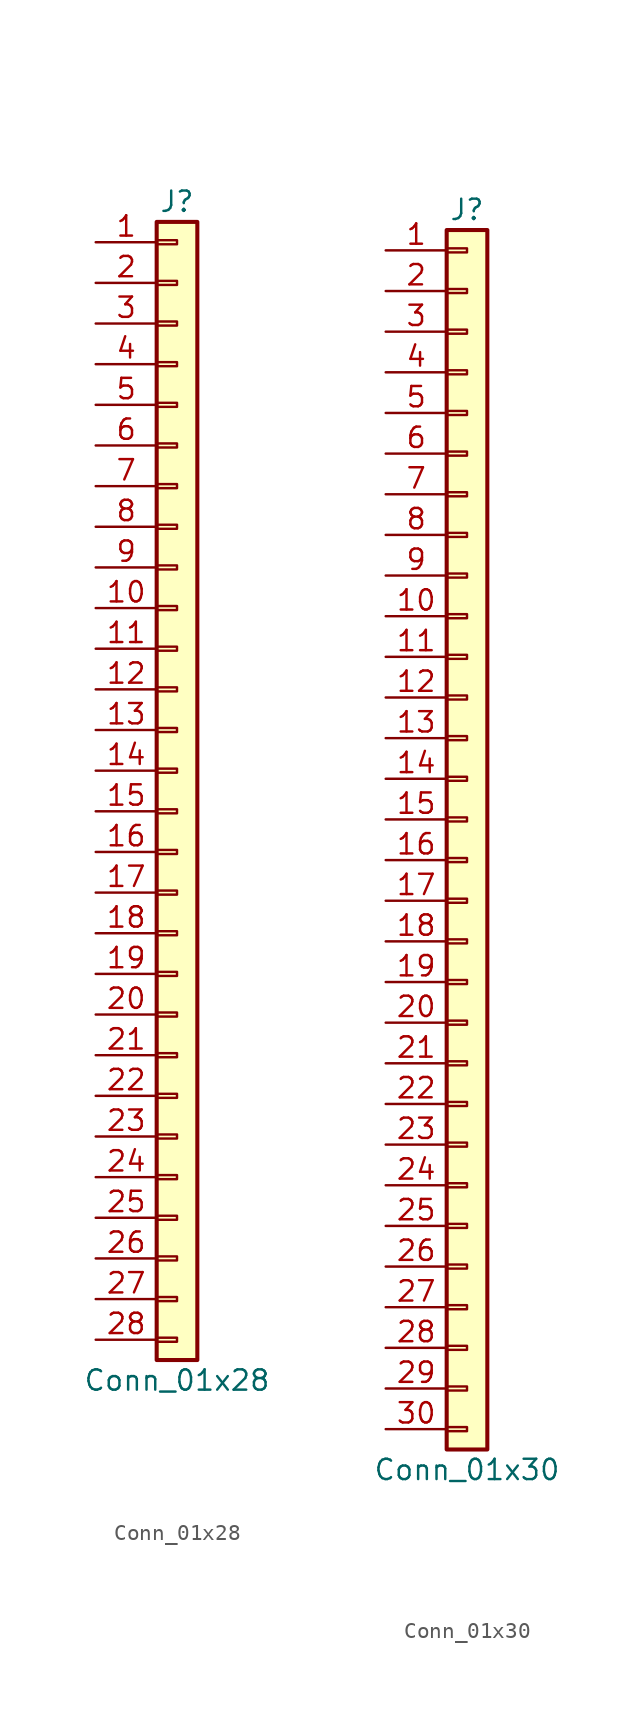
<source format=kicad_sym>
(kicad_symbol_lib
  (version 20211014)
  (generator kicad_symbol_editor)
  (symbol "Conn_01x28"
    (pin_names
      (offset 1.016) hide)
    (property "Reference" "J"
      (at 0 35.56 0)
      (effects (font (size 1.27 1.27))))
    (property "Value" "Conn_01x28"
      (at 0 -38.1 0)
      (effects (font (size 1.27 1.27))))
    (symbol "Conn_01x28_1_1"
      (rectangle (start -1.27 -35.433) (end 0 -35.687) (stroke (width 0.152) (type default) (color 0 0 0 0)) (fill (type none)))
      (rectangle (start -1.27 -32.893) (end 0 -33.147) (stroke (width 0.152) (type default) (color 0 0 0 0)) (fill (type none)))
      (rectangle (start -1.27 -30.353) (end 0 -30.607) (stroke (width 0.152) (type default) (color 0 0 0 0)) (fill (type none)))
      (rectangle (start -1.27 -27.813) (end 0 -28.067) (stroke (width 0.152) (type default) (color 0 0 0 0)) (fill (type none)))
      (rectangle (start -1.27 -25.273) (end 0 -25.527) (stroke (width 0.152) (type default) (color 0 0 0 0)) (fill (type none)))
      (rectangle (start -1.27 -22.733) (end 0 -22.987) (stroke (width 0.152) (type default) (color 0 0 0 0)) (fill (type none)))
      (rectangle (start -1.27 -20.193) (end 0 -20.447) (stroke (width 0.152) (type default) (color 0 0 0 0)) (fill (type none)))
      (rectangle (start -1.27 -17.653) (end 0 -17.907) (stroke (width 0.152) (type default) (color 0 0 0 0)) (fill (type none)))
      (rectangle (start -1.27 -15.113) (end 0 -15.367) (stroke (width 0.152) (type default) (color 0 0 0 0)) (fill (type none)))
      (rectangle (start -1.27 -12.573) (end 0 -12.827) (stroke (width 0.152) (type default) (color 0 0 0 0)) (fill (type none)))
      (rectangle (start -1.27 -10.033) (end 0 -10.287) (stroke (width 0.152) (type default) (color 0 0 0 0)) (fill (type none)))
      (rectangle (start -1.27 -7.493) (end 0 -7.747) (stroke (width 0.152) (type default) (color 0 0 0 0)) (fill (type none)))
      (rectangle (start -1.27 -4.953) (end 0 -5.207) (stroke (width 0.152) (type default) (color 0 0 0 0)) (fill (type none)))
      (rectangle (start -1.27 -2.413) (end 0 -2.667) (stroke (width 0.152) (type default) (color 0 0 0 0)) (fill (type none)))
      (rectangle (start -1.27 0.127) (end 0 -0.127) (stroke (width 0.152) (type default) (color 0 0 0 0)) (fill (type none)))
      (rectangle (start -1.27 2.667) (end 0 2.413) (stroke (width 0.152) (type default) (color 0 0 0 0)) (fill (type none)))
      (rectangle (start -1.27 5.207) (end 0 4.953) (stroke (width 0.152) (type default) (color 0 0 0 0)) (fill (type none)))
      (rectangle (start -1.27 7.747) (end 0 7.493) (stroke (width 0.152) (type default) (color 0 0 0 0)) (fill (type none)))
      (rectangle (start -1.27 10.287) (end 0 10.033) (stroke (width 0.152) (type default) (color 0 0 0 0)) (fill (type none)))
      (rectangle (start -1.27 12.827) (end 0 12.573) (stroke (width 0.152) (type default) (color 0 0 0 0)) (fill (type none)))
      (rectangle (start -1.27 15.367) (end 0 15.113) (stroke (width 0.152) (type default) (color 0 0 0 0)) (fill (type none)))
      (rectangle (start -1.27 17.907) (end 0 17.653) (stroke (width 0.152) (type default) (color 0 0 0 0)) (fill (type none)))
      (rectangle (start -1.27 20.447) (end 0 20.193) (stroke (width 0.152) (type default) (color 0 0 0 0)) (fill (type none)))
      (rectangle (start -1.27 22.987) (end 0 22.733) (stroke (width 0.152) (type default) (color 0 0 0 0)) (fill (type none)))
      (rectangle (start -1.27 25.527) (end 0 25.273) (stroke (width 0.152) (type default) (color 0 0 0 0)) (fill (type none)))
      (rectangle (start -1.27 28.067) (end 0 27.813) (stroke (width 0.152) (type default) (color 0 0 0 0)) (fill (type none)))
      (rectangle (start -1.27 30.607) (end 0 30.353) (stroke (width 0.152) (type default) (color 0 0 0 0)) (fill (type none)))
      (rectangle (start -1.27 33.147) (end 0 32.893) (stroke (width 0.152) (type default) (color 0 0 0 0)) (fill (type none)))
      (rectangle (start -1.27 34.29) (end 1.27 -36.83) (stroke (width 0.254) (type default) (color 0 0 0 0)) (fill (type background)))
      (pin passive line (at -5.08 33.02 0) (length 3.81) (name "Pin_1" (effects (font (size 1.27 1.27)))) (number "1" (effects (font (size 1.27 1.27)))))
      (pin passive line (at -5.08 10.16 0) (length 3.81) (name "Pin_10" (effects (font (size 1.27 1.27)))) (number "10" (effects (font (size 1.27 1.27)))))
      (pin passive line (at -5.08 7.62 0) (length 3.81) (name "Pin_11" (effects (font (size 1.27 1.27)))) (number "11" (effects (font (size 1.27 1.27)))))
      (pin passive line (at -5.08 5.08 0) (length 3.81) (name "Pin_12" (effects (font (size 1.27 1.27)))) (number "12" (effects (font (size 1.27 1.27)))))
      (pin passive line (at -5.08 2.54 0) (length 3.81) (name "Pin_13" (effects (font (size 1.27 1.27)))) (number "13" (effects (font (size 1.27 1.27)))))
      (pin passive line (at -5.08 0 0) (length 3.81) (name "Pin_14" (effects (font (size 1.27 1.27)))) (number "14" (effects (font (size 1.27 1.27)))))
      (pin passive line (at -5.08 -2.54 0) (length 3.81) (name "Pin_15" (effects (font (size 1.27 1.27)))) (number "15" (effects (font (size 1.27 1.27)))))
      (pin passive line (at -5.08 -5.08 0) (length 3.81) (name "Pin_16" (effects (font (size 1.27 1.27)))) (number "16" (effects (font (size 1.27 1.27)))))
      (pin passive line (at -5.08 -7.62 0) (length 3.81) (name "Pin_17" (effects (font (size 1.27 1.27)))) (number "17" (effects (font (size 1.27 1.27)))))
      (pin passive line (at -5.08 -10.16 0) (length 3.81) (name "Pin_18" (effects (font (size 1.27 1.27)))) (number "18" (effects (font (size 1.27 1.27)))))
      (pin passive line (at -5.08 -12.7 0) (length 3.81) (name "Pin_19" (effects (font (size 1.27 1.27)))) (number "19" (effects (font (size 1.27 1.27)))))
      (pin passive line (at -5.08 30.48 0) (length 3.81) (name "Pin_2" (effects (font (size 1.27 1.27)))) (number "2" (effects (font (size 1.27 1.27)))))
      (pin passive line (at -5.08 -15.24 0) (length 3.81) (name "Pin_20" (effects (font (size 1.27 1.27)))) (number "20" (effects (font (size 1.27 1.27)))))
      (pin passive line (at -5.08 -17.78 0) (length 3.81) (name "Pin_21" (effects (font (size 1.27 1.27)))) (number "21" (effects (font (size 1.27 1.27)))))
      (pin passive line (at -5.08 -20.32 0) (length 3.81) (name "Pin_22" (effects (font (size 1.27 1.27)))) (number "22" (effects (font (size 1.27 1.27)))))
      (pin passive line (at -5.08 -22.86 0) (length 3.81) (name "Pin_23" (effects (font (size 1.27 1.27)))) (number "23" (effects (font (size 1.27 1.27)))))
      (pin passive line (at -5.08 -25.4 0) (length 3.81) (name "Pin_24" (effects (font (size 1.27 1.27)))) (number "24" (effects (font (size 1.27 1.27)))))
      (pin passive line (at -5.08 -27.94 0) (length 3.81) (name "Pin_25" (effects (font (size 1.27 1.27)))) (number "25" (effects (font (size 1.27 1.27)))))
      (pin passive line (at -5.08 -30.48 0) (length 3.81) (name "Pin_26" (effects (font (size 1.27 1.27)))) (number "26" (effects (font (size 1.27 1.27)))))
      (pin passive line (at -5.08 -33.02 0) (length 3.81) (name "Pin_27" (effects (font (size 1.27 1.27)))) (number "27" (effects (font (size 1.27 1.27)))))
      (pin passive line (at -5.08 -35.56 0) (length 3.81) (name "Pin_28" (effects (font (size 1.27 1.27)))) (number "28" (effects (font (size 1.27 1.27)))))
      (pin passive line (at -5.08 27.94 0) (length 3.81) (name "Pin_3" (effects (font (size 1.27 1.27)))) (number "3" (effects (font (size 1.27 1.27)))))
      (pin passive line (at -5.08 25.4 0) (length 3.81) (name "Pin_4" (effects (font (size 1.27 1.27)))) (number "4" (effects (font (size 1.27 1.27)))))
      (pin passive line (at -5.08 22.86 0) (length 3.81) (name "Pin_5" (effects (font (size 1.27 1.27)))) (number "5" (effects (font (size 1.27 1.27)))))
      (pin passive line (at -5.08 20.32 0) (length 3.81) (name "Pin_6" (effects (font (size 1.27 1.27)))) (number "6" (effects (font (size 1.27 1.27)))))
      (pin passive line (at -5.08 17.78 0) (length 3.81) (name "Pin_7" (effects (font (size 1.27 1.27)))) (number "7" (effects (font (size 1.27 1.27)))))
      (pin passive line (at -5.08 15.24 0) (length 3.81) (name "Pin_8" (effects (font (size 1.27 1.27)))) (number "8" (effects (font (size 1.27 1.27)))))
      (pin passive line (at -5.08 12.7 0) (length 3.81) (name "Pin_9" (effects (font (size 1.27 1.27)))) (number "9" (effects (font (size 1.27 1.27)))))))
  (symbol "Conn_01x30"
    (pin_names
      (offset 1.016) hide)
    (property "Reference" "J"
      (at 0 38.1 0)
      (effects (font (size 1.27 1.27))))
    (property "Value" "Conn_01x30"
      (at 0 -40.64 0)
      (effects (font (size 1.27 1.27))))
    (symbol "Conn_01x30_1_1"
      (rectangle (start -1.27 -37.973) (end 0 -38.227) (stroke (width 0.152) (type default) (color 0 0 0 0)) (fill (type none)))
      (rectangle (start -1.27 -35.433) (end 0 -35.687) (stroke (width 0.152) (type default) (color 0 0 0 0)) (fill (type none)))
      (rectangle (start -1.27 -32.893) (end 0 -33.147) (stroke (width 0.152) (type default) (color 0 0 0 0)) (fill (type none)))
      (rectangle (start -1.27 -30.353) (end 0 -30.607) (stroke (width 0.152) (type default) (color 0 0 0 0)) (fill (type none)))
      (rectangle (start -1.27 -27.813) (end 0 -28.067) (stroke (width 0.152) (type default) (color 0 0 0 0)) (fill (type none)))
      (rectangle (start -1.27 -25.273) (end 0 -25.527) (stroke (width 0.152) (type default) (color 0 0 0 0)) (fill (type none)))
      (rectangle (start -1.27 -22.733) (end 0 -22.987) (stroke (width 0.152) (type default) (color 0 0 0 0)) (fill (type none)))
      (rectangle (start -1.27 -20.193) (end 0 -20.447) (stroke (width 0.152) (type default) (color 0 0 0 0)) (fill (type none)))
      (rectangle (start -1.27 -17.653) (end 0 -17.907) (stroke (width 0.152) (type default) (color 0 0 0 0)) (fill (type none)))
      (rectangle (start -1.27 -15.113) (end 0 -15.367) (stroke (width 0.152) (type default) (color 0 0 0 0)) (fill (type none)))
      (rectangle (start -1.27 -12.573) (end 0 -12.827) (stroke (width 0.152) (type default) (color 0 0 0 0)) (fill (type none)))
      (rectangle (start -1.27 -10.033) (end 0 -10.287) (stroke (width 0.152) (type default) (color 0 0 0 0)) (fill (type none)))
      (rectangle (start -1.27 -7.493) (end 0 -7.747) (stroke (width 0.152) (type default) (color 0 0 0 0)) (fill (type none)))
      (rectangle (start -1.27 -4.953) (end 0 -5.207) (stroke (width 0.152) (type default) (color 0 0 0 0)) (fill (type none)))
      (rectangle (start -1.27 -2.413) (end 0 -2.667) (stroke (width 0.152) (type default) (color 0 0 0 0)) (fill (type none)))
      (rectangle (start -1.27 0.127) (end 0 -0.127) (stroke (width 0.152) (type default) (color 0 0 0 0)) (fill (type none)))
      (rectangle (start -1.27 2.667) (end 0 2.413) (stroke (width 0.152) (type default) (color 0 0 0 0)) (fill (type none)))
      (rectangle (start -1.27 5.207) (end 0 4.953) (stroke (width 0.152) (type default) (color 0 0 0 0)) (fill (type none)))
      (rectangle (start -1.27 7.747) (end 0 7.493) (stroke (width 0.152) (type default) (color 0 0 0 0)) (fill (type none)))
      (rectangle (start -1.27 10.287) (end 0 10.033) (stroke (width 0.152) (type default) (color 0 0 0 0)) (fill (type none)))
      (rectangle (start -1.27 12.827) (end 0 12.573) (stroke (width 0.152) (type default) (color 0 0 0 0)) (fill (type none)))
      (rectangle (start -1.27 15.367) (end 0 15.113) (stroke (width 0.152) (type default) (color 0 0 0 0)) (fill (type none)))
      (rectangle (start -1.27 17.907) (end 0 17.653) (stroke (width 0.152) (type default) (color 0 0 0 0)) (fill (type none)))
      (rectangle (start -1.27 20.447) (end 0 20.193) (stroke (width 0.152) (type default) (color 0 0 0 0)) (fill (type none)))
      (rectangle (start -1.27 22.987) (end 0 22.733) (stroke (width 0.152) (type default) (color 0 0 0 0)) (fill (type none)))
      (rectangle (start -1.27 25.527) (end 0 25.273) (stroke (width 0.152) (type default) (color 0 0 0 0)) (fill (type none)))
      (rectangle (start -1.27 28.067) (end 0 27.813) (stroke (width 0.152) (type default) (color 0 0 0 0)) (fill (type none)))
      (rectangle (start -1.27 30.607) (end 0 30.353) (stroke (width 0.152) (type default) (color 0 0 0 0)) (fill (type none)))
      (rectangle (start -1.27 33.147) (end 0 32.893) (stroke (width 0.152) (type default) (color 0 0 0 0)) (fill (type none)))
      (rectangle (start -1.27 35.687) (end 0 35.433) (stroke (width 0.152) (type default) (color 0 0 0 0)) (fill (type none)))
      (rectangle (start -1.27 36.83) (end 1.27 -39.37) (stroke (width 0.254) (type default) (color 0 0 0 0)) (fill (type background)))
      (pin passive line (at -5.08 35.56 0) (length 3.81) (name "Pin_1" (effects (font (size 1.27 1.27)))) (number "1" (effects (font (size 1.27 1.27)))))
      (pin passive line (at -5.08 12.7 0) (length 3.81) (name "Pin_10" (effects (font (size 1.27 1.27)))) (number "10" (effects (font (size 1.27 1.27)))))
      (pin passive line (at -5.08 10.16 0) (length 3.81) (name "Pin_11" (effects (font (size 1.27 1.27)))) (number "11" (effects (font (size 1.27 1.27)))))
      (pin passive line (at -5.08 7.62 0) (length 3.81) (name "Pin_12" (effects (font (size 1.27 1.27)))) (number "12" (effects (font (size 1.27 1.27)))))
      (pin passive line (at -5.08 5.08 0) (length 3.81) (name "Pin_13" (effects (font (size 1.27 1.27)))) (number "13" (effects (font (size 1.27 1.27)))))
      (pin passive line (at -5.08 2.54 0) (length 3.81) (name "Pin_14" (effects (font (size 1.27 1.27)))) (number "14" (effects (font (size 1.27 1.27)))))
      (pin passive line (at -5.08 0 0) (length 3.81) (name "Pin_15" (effects (font (size 1.27 1.27)))) (number "15" (effects (font (size 1.27 1.27)))))
      (pin passive line (at -5.08 -2.54 0) (length 3.81) (name "Pin_16" (effects (font (size 1.27 1.27)))) (number "16" (effects (font (size 1.27 1.27)))))
      (pin passive line (at -5.08 -5.08 0) (length 3.81) (name "Pin_17" (effects (font (size 1.27 1.27)))) (number "17" (effects (font (size 1.27 1.27)))))
      (pin passive line (at -5.08 -7.62 0) (length 3.81) (name "Pin_18" (effects (font (size 1.27 1.27)))) (number "18" (effects (font (size 1.27 1.27)))))
      (pin passive line (at -5.08 -10.16 0) (length 3.81) (name "Pin_19" (effects (font (size 1.27 1.27)))) (number "19" (effects (font (size 1.27 1.27)))))
      (pin passive line (at -5.08 33.02 0) (length 3.81) (name "Pin_2" (effects (font (size 1.27 1.27)))) (number "2" (effects (font (size 1.27 1.27)))))
      (pin passive line (at -5.08 -12.7 0) (length 3.81) (name "Pin_20" (effects (font (size 1.27 1.27)))) (number "20" (effects (font (size 1.27 1.27)))))
      (pin passive line (at -5.08 -15.24 0) (length 3.81) (name "Pin_21" (effects (font (size 1.27 1.27)))) (number "21" (effects (font (size 1.27 1.27)))))
      (pin passive line (at -5.08 -17.78 0) (length 3.81) (name "Pin_22" (effects (font (size 1.27 1.27)))) (number "22" (effects (font (size 1.27 1.27)))))
      (pin passive line (at -5.08 -20.32 0) (length 3.81) (name "Pin_23" (effects (font (size 1.27 1.27)))) (number "23" (effects (font (size 1.27 1.27)))))
      (pin passive line (at -5.08 -22.86 0) (length 3.81) (name "Pin_24" (effects (font (size 1.27 1.27)))) (number "24" (effects (font (size 1.27 1.27)))))
      (pin passive line (at -5.08 -25.4 0) (length 3.81) (name "Pin_25" (effects (font (size 1.27 1.27)))) (number "25" (effects (font (size 1.27 1.27)))))
      (pin passive line (at -5.08 -27.94 0) (length 3.81) (name "Pin_26" (effects (font (size 1.27 1.27)))) (number "26" (effects (font (size 1.27 1.27)))))
      (pin passive line (at -5.08 -30.48 0) (length 3.81) (name "Pin_27" (effects (font (size 1.27 1.27)))) (number "27" (effects (font (size 1.27 1.27)))))
      (pin passive line (at -5.08 -33.02 0) (length 3.81) (name "Pin_28" (effects (font (size 1.27 1.27)))) (number "28" (effects (font (size 1.27 1.27)))))
      (pin passive line (at -5.08 -35.56 0) (length 3.81) (name "Pin_29" (effects (font (size 1.27 1.27)))) (number "29" (effects (font (size 1.27 1.27)))))
      (pin passive line (at -5.08 30.48 0) (length 3.81) (name "Pin_3" (effects (font (size 1.27 1.27)))) (number "3" (effects (font (size 1.27 1.27)))))
      (pin passive line (at -5.08 -38.1 0) (length 3.81) (name "Pin_30" (effects (font (size 1.27 1.27)))) (number "30" (effects (font (size 1.27 1.27)))))
      (pin passive line (at -5.08 27.94 0) (length 3.81) (name "Pin_4" (effects (font (size 1.27 1.27)))) (number "4" (effects (font (size 1.27 1.27)))))
      (pin passive line (at -5.08 25.4 0) (length 3.81) (name "Pin_5" (effects (font (size 1.27 1.27)))) (number "5" (effects (font (size 1.27 1.27)))))
      (pin passive line (at -5.08 22.86 0) (length 3.81) (name "Pin_6" (effects (font (size 1.27 1.27)))) (number "6" (effects (font (size 1.27 1.27)))))
      (pin passive line (at -5.08 20.32 0) (length 3.81) (name "Pin_7" (effects (font (size 1.27 1.27)))) (number "7" (effects (font (size 1.27 1.27)))))
      (pin passive line (at -5.08 17.78 0) (length 3.81) (name "Pin_8" (effects (font (size 1.27 1.27)))) (number "8" (effects (font (size 1.27 1.27)))))
      (pin passive line (at -5.08 15.24 0) (length 3.81) (name "Pin_9" (effects (font (size 1.27 1.27)))) (number "9" (effects (font (size 1.27 1.27))))))))
</source>
